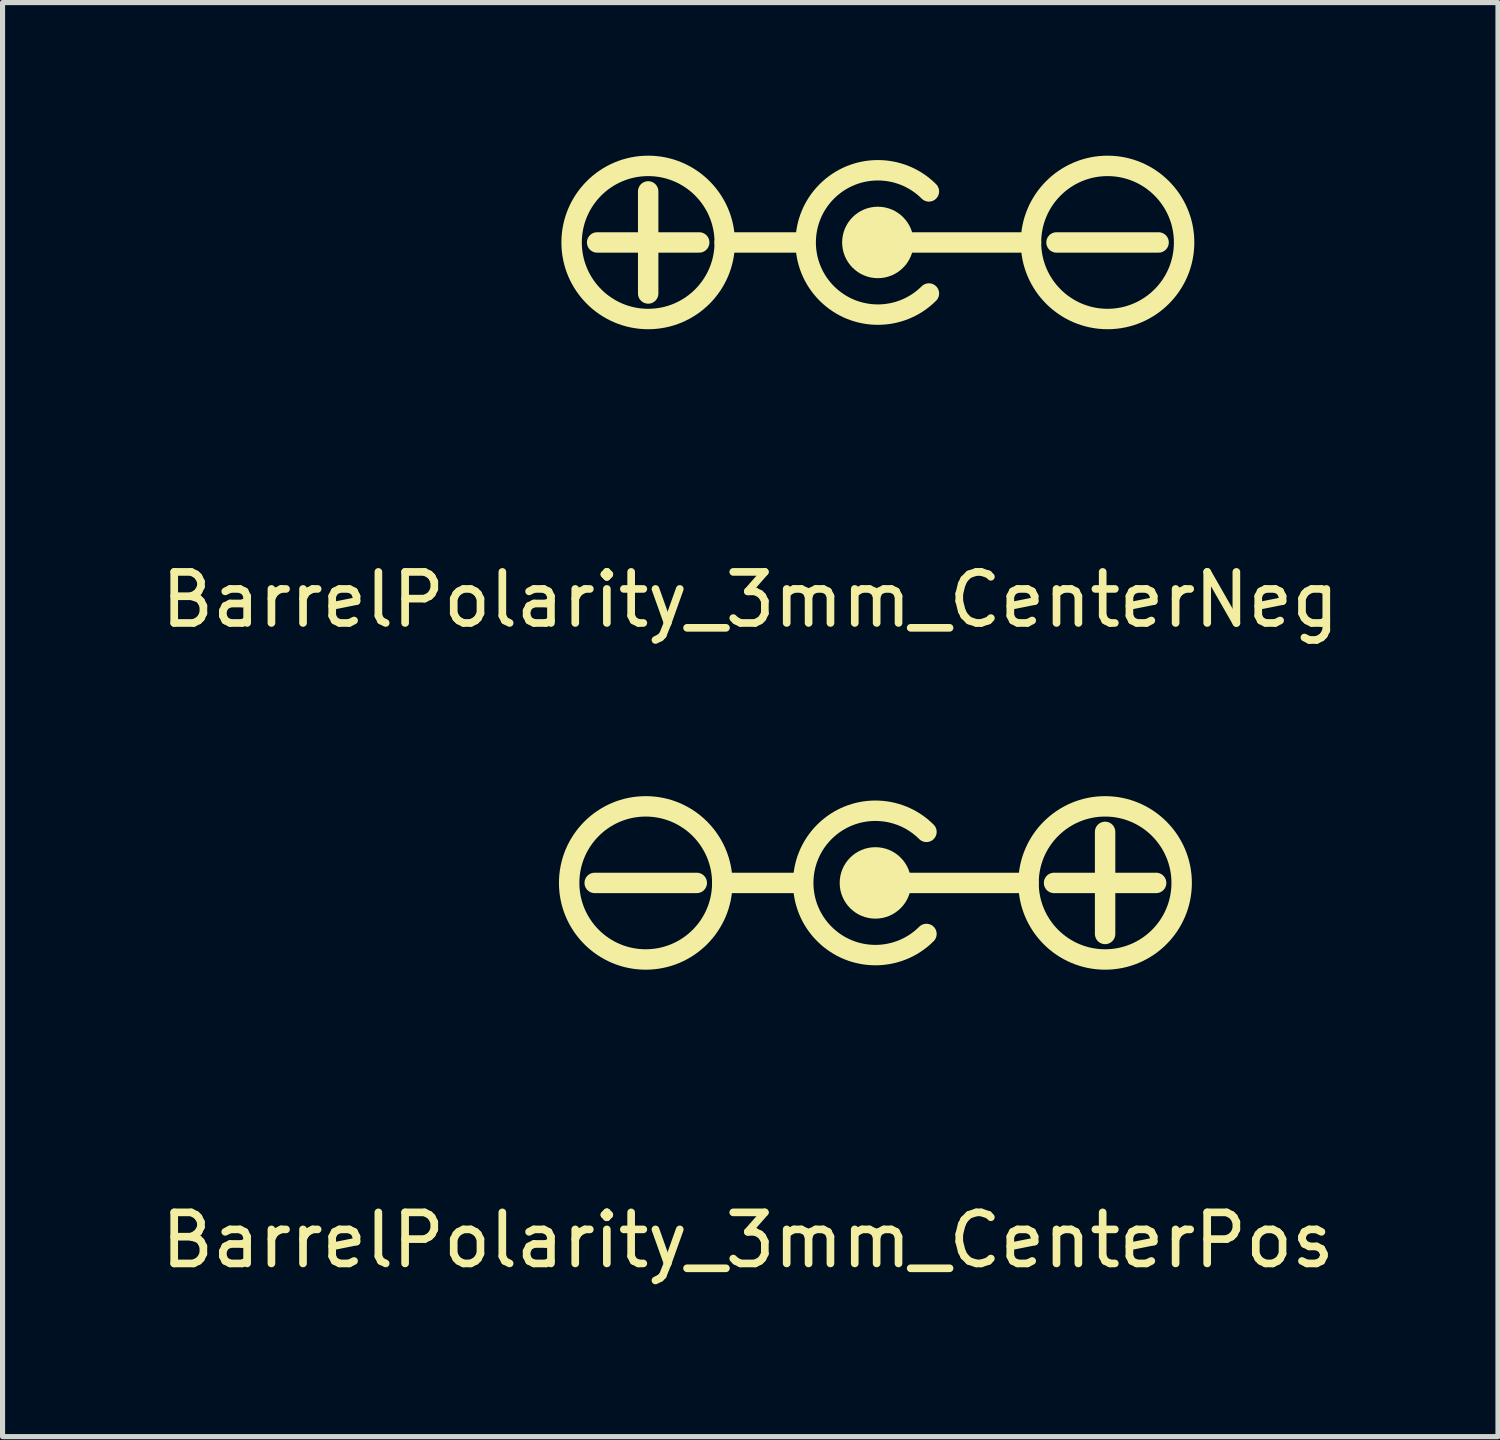
<source format=kicad_pcb>
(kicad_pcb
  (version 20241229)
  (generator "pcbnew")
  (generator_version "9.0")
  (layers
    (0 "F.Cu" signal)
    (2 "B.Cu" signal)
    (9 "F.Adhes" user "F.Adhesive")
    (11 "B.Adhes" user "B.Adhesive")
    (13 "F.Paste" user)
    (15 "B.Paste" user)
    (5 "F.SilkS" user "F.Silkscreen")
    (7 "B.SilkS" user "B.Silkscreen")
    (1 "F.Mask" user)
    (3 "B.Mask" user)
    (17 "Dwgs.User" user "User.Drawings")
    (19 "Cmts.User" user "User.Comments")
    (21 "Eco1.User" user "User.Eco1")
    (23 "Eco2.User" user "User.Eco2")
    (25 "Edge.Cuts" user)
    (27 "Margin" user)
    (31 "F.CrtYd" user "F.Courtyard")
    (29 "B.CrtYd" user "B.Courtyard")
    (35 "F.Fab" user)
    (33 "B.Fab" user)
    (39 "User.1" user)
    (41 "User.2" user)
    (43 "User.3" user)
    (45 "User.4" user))
  (footprint "BarrelPolarity_3mm_CenterPos"
    (layer "F.Cu")
    (at 14.101 14.248)
    (property "Reference" "BarrelPolarity_3mm_CenterPos" (at -2.5 7 0) (layer "F.SilkS") (effects (font (size 1 1) (thickness 0.15))))
    (attr through_hole)
    (fp_line (start -5.5 0) (end -3.5 0) (stroke (width 0.4) (type solid)) (layer "F.SilkS"))
    (fp_line (start -3.5 0) (end -4.5 0) (stroke (width 0.12) (type solid)) (layer "F.SilkS"))
    (fp_line (start -3 0) (end -1.5 0) (stroke (width 0.4) (type solid)) (layer "F.SilkS"))
    (fp_line (start 0.5 0) (end 3 0) (stroke (width 0.4) (type solid)) (layer "F.SilkS"))
    (fp_line (start 3.5 0) (end 5.5 0) (stroke (width 0.4) (type solid)) (layer "F.SilkS"))
    (fp_line (start 4.5 -1) (end 4.5 1) (stroke (width 0.4) (type solid)) (layer "F.SilkS"))
    (fp_arc (start 0.999999 0.999999) (mid -1.414212 0) (end 0.999999 -0.999999) (stroke (width 0.4) (type solid)) (layer "F.SilkS"))
    (fp_circle (center -4.5 0) (end -3 0) (stroke (width 0.4) (type solid)) (fill no) (layer "F.SilkS"))
    (fp_circle (center 0 0) (end 0.5 0) (stroke (width 0.4) (type solid)) (fill no) (layer "F.SilkS"))
    (fp_circle (center 4.5 0) (end 6 0) (stroke (width 0.4) (type solid)) (fill no) (layer "F.SilkS"))
    (fp_poly (pts (xy 0.5 0) (xy 0 0.5) (xy -0.5 0) (xy 0 -0.5)) (stroke (width 0.1) (type solid)) (fill yes) (layer "F.SilkS")))
  (footprint "BarrelPolarity_3mm_CenterNeg"
    (layer "F.Cu")
    (at 14.149 1.7)
    (property "Reference" "BarrelPolarity_3mm_CenterNeg" (at -2.5 7 0) (layer "F.SilkS") (effects (font (size 1 1) (thickness 0.15))))
    (attr through_hole)
    (fp_line (start -5.5 0) (end -3.5 0) (stroke (width 0.4) (type solid)) (layer "F.SilkS"))
    (fp_line (start -4.5 -1) (end -4.5 1) (stroke (width 0.4) (type solid)) (layer "F.SilkS"))
    (fp_line (start -4.5 0) (end -4.5 -1) (stroke (width 0.12) (type solid)) (layer "F.SilkS"))
    (fp_line (start -3.5 0) (end -4.5 0) (stroke (width 0.12) (type solid)) (layer "F.SilkS"))
    (fp_line (start -3 0) (end -1.5 0) (stroke (width 0.4) (type solid)) (layer "F.SilkS"))
    (fp_line (start 0.5 0) (end 3 0) (stroke (width 0.4) (type solid)) (layer "F.SilkS"))
    (fp_line (start 3.5 0) (end 5.5 0) (stroke (width 0.4) (type solid)) (layer "F.SilkS"))
    (fp_arc (start 0.999999 0.999999) (mid -1.414212 0) (end 0.999999 -0.999999) (stroke (width 0.4) (type solid)) (layer "F.SilkS"))
    (fp_circle (center -4.5 0) (end -3 0) (stroke (width 0.4) (type solid)) (fill no) (layer "F.SilkS"))
    (fp_circle (center 0 0) (end 0.5 0) (stroke (width 0.4) (type solid)) (fill no) (layer "F.SilkS"))
    (fp_circle (center 4.5 0) (end 6 0) (stroke (width 0.4) (type solid)) (fill no) (layer "F.SilkS"))
    (fp_poly (pts (xy 0.5 0) (xy 0 0.5) (xy -0.5 0) (xy 0 -0.5)) (stroke (width 0.1) (type solid)) (fill yes) (layer "F.SilkS")))
  (gr_rect
    (start -3 -3)
    (end 26.298 25.096)
    (stroke (width 0.1) (type default))
    (fill no)
    (layer "Edge.Cuts")))
</source>
